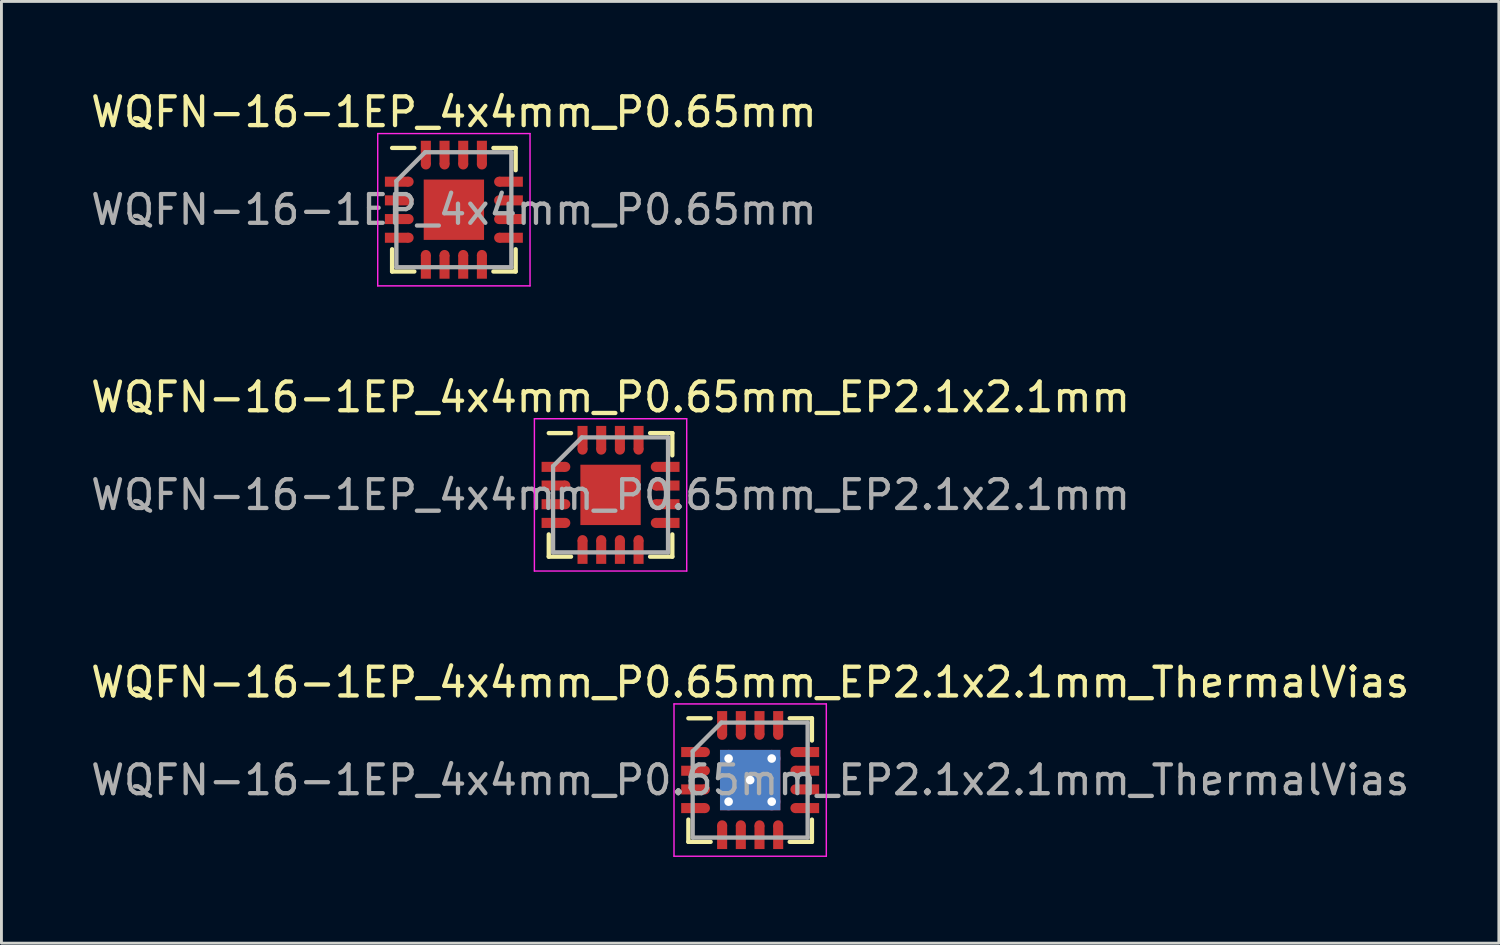
<source format=kicad_pcb>
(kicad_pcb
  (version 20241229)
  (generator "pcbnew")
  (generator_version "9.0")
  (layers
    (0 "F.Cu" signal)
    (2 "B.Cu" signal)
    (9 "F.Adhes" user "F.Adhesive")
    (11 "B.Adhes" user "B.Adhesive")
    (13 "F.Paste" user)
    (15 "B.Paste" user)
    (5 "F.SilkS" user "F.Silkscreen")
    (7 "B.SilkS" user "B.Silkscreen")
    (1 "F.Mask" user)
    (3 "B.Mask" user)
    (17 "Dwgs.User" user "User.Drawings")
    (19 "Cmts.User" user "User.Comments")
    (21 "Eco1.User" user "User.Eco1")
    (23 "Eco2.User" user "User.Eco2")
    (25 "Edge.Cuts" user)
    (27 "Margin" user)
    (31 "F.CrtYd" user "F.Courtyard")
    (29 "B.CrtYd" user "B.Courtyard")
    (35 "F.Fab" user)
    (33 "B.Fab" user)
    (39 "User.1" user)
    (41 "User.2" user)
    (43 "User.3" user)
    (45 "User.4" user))
  (footprint "WQFN-16-1EP_4x4mm_P0.65mm"
    (layer "F.Cu")
    (at 12.744 4.248)
    (property "Reference" "WQFN-16-1EP_4x4mm_P0.65mm" (at 0 -3.4 0) (layer "F.SilkS") (effects (font (size 1 1) (thickness 0.15))))
    (attr smd)
    (fp_line (start -2.15 -2.15) (end -1.375 -2.15) (stroke (width 0.15) (type solid)) (layer "F.SilkS"))
    (fp_line (start -2.15 2.15) (end -2.15 1.375) (stroke (width 0.15) (type solid)) (layer "F.SilkS"))
    (fp_line (start -2.15 2.15) (end -1.375 2.15) (stroke (width 0.15) (type solid)) (layer "F.SilkS"))
    (fp_line (start 2.15 -2.15) (end 1.375 -2.15) (stroke (width 0.15) (type solid)) (layer "F.SilkS"))
    (fp_line (start 2.15 -2.15) (end 2.15 -1.375) (stroke (width 0.15) (type solid)) (layer "F.SilkS"))
    (fp_line (start 2.15 2.15) (end 1.375 2.15) (stroke (width 0.15) (type solid)) (layer "F.SilkS"))
    (fp_line (start 2.15 2.15) (end 2.15 1.375) (stroke (width 0.15) (type solid)) (layer "F.SilkS"))
    (fp_line (start -2.65 -2.65) (end -2.65 2.65) (stroke (width 0.05) (type solid)) (layer "F.CrtYd"))
    (fp_line (start -2.65 -2.65) (end 2.65 -2.65) (stroke (width 0.05) (type solid)) (layer "F.CrtYd"))
    (fp_line (start -2.65 2.65) (end 2.65 2.65) (stroke (width 0.05) (type solid)) (layer "F.CrtYd"))
    (fp_line (start 2.65 -2.65) (end 2.65 2.65) (stroke (width 0.05) (type solid)) (layer "F.CrtYd"))
    (fp_line (start -2 -1) (end -1 -2) (stroke (width 0.15) (type solid)) (layer "F.Fab"))
    (fp_line (start -2 2) (end -2 -1) (stroke (width 0.15) (type solid)) (layer "F.Fab"))
    (fp_line (start -1 -2) (end 2 -2) (stroke (width 0.15) (type solid)) (layer "F.Fab"))
    (fp_line (start 2 -2) (end 2 2) (stroke (width 0.15) (type solid)) (layer "F.Fab"))
    (fp_line (start 2 2) (end -2 2) (stroke (width 0.15) (type solid)) (layer "F.Fab"))
    (fp_text user "${REFERENCE}" (at 0 0 0) (layer "F.Fab") (effects (font (size 1 1) (thickness 0.15))))
    (pad "1" smd rect (at -1.988 -0.975) (size 0.825 0.35) (layers "F.Cu" "F.Mask" "F.Paste"))
    (pad "1" smd circle (at -1.575 -0.975) (size 0.35 0.35) (layers "F.Cu" "F.Mask" "F.Paste"))
    (pad "2" smd rect (at -1.988 -0.325) (size 0.825 0.35) (layers "F.Cu" "F.Mask" "F.Paste"))
    (pad "2" smd circle (at -1.575 -0.325) (size 0.35 0.35) (layers "F.Cu" "F.Mask" "F.Paste"))
    (pad "3" smd rect (at -1.988 0.325) (size 0.825 0.35) (layers "F.Cu" "F.Mask" "F.Paste"))
    (pad "3" smd circle (at -1.575 0.325) (size 0.35 0.35) (layers "F.Cu" "F.Mask" "F.Paste"))
    (pad "4" smd rect (at -1.988 0.975) (size 0.825 0.35) (layers "F.Cu" "F.Mask" "F.Paste"))
    (pad "4" smd circle (at -1.575 0.975) (size 0.35 0.35) (layers "F.Cu" "F.Mask" "F.Paste"))
    (pad "5" smd circle (at -0.975 1.575 90) (size 0.35 0.35) (layers "F.Cu" "F.Mask" "F.Paste"))
    (pad "5" smd rect (at -0.975 1.988 90) (size 0.825 0.35) (layers "F.Cu" "F.Mask" "F.Paste"))
    (pad "6" smd circle (at -0.325 1.575 90) (size 0.35 0.35) (layers "F.Cu" "F.Mask" "F.Paste"))
    (pad "6" smd rect (at -0.325 1.988 90) (size 0.825 0.35) (layers "F.Cu" "F.Mask" "F.Paste"))
    (pad "7" smd circle (at 0.325 1.575 90) (size 0.35 0.35) (layers "F.Cu" "F.Mask" "F.Paste"))
    (pad "7" smd rect (at 0.325 1.988 90) (size 0.825 0.35) (layers "F.Cu" "F.Mask" "F.Paste"))
    (pad "8" smd circle (at 0.975 1.575 90) (size 0.35 0.35) (layers "F.Cu" "F.Mask" "F.Paste"))
    (pad "8" smd rect (at 0.975 1.988 90) (size 0.825 0.35) (layers "F.Cu" "F.Mask" "F.Paste"))
    (pad "9" smd circle (at 1.575 0.975) (size 0.35 0.35) (layers "F.Cu" "F.Mask" "F.Paste"))
    (pad "9" smd rect (at 1.988 0.975) (size 0.825 0.35) (layers "F.Cu" "F.Mask" "F.Paste"))
    (pad "10" smd circle (at 1.575 0.325) (size 0.35 0.35) (layers "F.Cu" "F.Mask" "F.Paste"))
    (pad "10" smd rect (at 1.988 0.325) (size 0.825 0.35) (layers "F.Cu" "F.Mask" "F.Paste"))
    (pad "11" smd circle (at 1.575 -0.325) (size 0.35 0.35) (layers "F.Cu" "F.Mask" "F.Paste"))
    (pad "11" smd rect (at 1.988 -0.325) (size 0.825 0.35) (layers "F.Cu" "F.Mask" "F.Paste"))
    (pad "12" smd circle (at 1.575 -0.975) (size 0.35 0.35) (layers "F.Cu" "F.Mask" "F.Paste"))
    (pad "12" smd rect (at 1.988 -0.975) (size 0.825 0.35) (layers "F.Cu" "F.Mask" "F.Paste"))
    (pad "13" smd rect (at 0.975 -1.988 90) (size 0.825 0.35) (layers "F.Cu" "F.Mask" "F.Paste"))
    (pad "13" smd circle (at 0.975 -1.575 90) (size 0.35 0.35) (layers "F.Cu" "F.Mask" "F.Paste"))
    (pad "14" smd rect (at 0.325 -1.988 90) (size 0.825 0.35) (layers "F.Cu" "F.Mask" "F.Paste"))
    (pad "14" smd circle (at 0.325 -1.575 90) (size 0.35 0.35) (layers "F.Cu" "F.Mask" "F.Paste"))
    (pad "15" smd rect (at -0.325 -1.988 90) (size 0.825 0.35) (layers "F.Cu" "F.Mask" "F.Paste"))
    (pad "15" smd circle (at -0.325 -1.575 90) (size 0.35 0.35) (layers "F.Cu" "F.Mask" "F.Paste"))
    (pad "16" smd rect (at -0.975 -1.988 90) (size 0.825 0.35) (layers "F.Cu" "F.Mask" "F.Paste"))
    (pad "16" smd circle (at -0.975 -1.575 90) (size 0.35 0.35) (layers "F.Cu" "F.Mask" "F.Paste"))
    (pad "17" smd rect (at 0 0) (size 2.1 2.1) (layers "F.Cu" "F.Mask" "F.Paste")))
  (footprint "WQFN-16-1EP_4x4mm_P0.65mm_EP2.1x2.1mm"
    (layer "F.Cu")
    (at 18.196 14.171)
    (property "Reference" "WQFN-16-1EP_4x4mm_P0.65mm_EP2.1x2.1mm" (at 0 -3.4 0) (layer "F.SilkS") (effects (font (size 1 1) (thickness 0.15))))
    (attr smd)
    (fp_line (start -2.15 -2.15) (end -1.375 -2.15) (stroke (width 0.15) (type solid)) (layer "F.SilkS"))
    (fp_line (start -2.15 2.15) (end -2.15 1.375) (stroke (width 0.15) (type solid)) (layer "F.SilkS"))
    (fp_line (start -2.15 2.15) (end -1.375 2.15) (stroke (width 0.15) (type solid)) (layer "F.SilkS"))
    (fp_line (start 2.15 -2.15) (end 1.375 -2.15) (stroke (width 0.15) (type solid)) (layer "F.SilkS"))
    (fp_line (start 2.15 -2.15) (end 2.15 -1.375) (stroke (width 0.15) (type solid)) (layer "F.SilkS"))
    (fp_line (start 2.15 2.15) (end 1.375 2.15) (stroke (width 0.15) (type solid)) (layer "F.SilkS"))
    (fp_line (start 2.15 2.15) (end 2.15 1.375) (stroke (width 0.15) (type solid)) (layer "F.SilkS"))
    (fp_line (start -2.65 -2.65) (end -2.65 2.65) (stroke (width 0.05) (type solid)) (layer "F.CrtYd"))
    (fp_line (start -2.65 -2.65) (end 2.65 -2.65) (stroke (width 0.05) (type solid)) (layer "F.CrtYd"))
    (fp_line (start -2.65 2.65) (end 2.65 2.65) (stroke (width 0.05) (type solid)) (layer "F.CrtYd"))
    (fp_line (start 2.65 -2.65) (end 2.65 2.65) (stroke (width 0.05) (type solid)) (layer "F.CrtYd"))
    (fp_line (start -2 -1) (end -1 -2) (stroke (width 0.15) (type solid)) (layer "F.Fab"))
    (fp_line (start -2 2) (end -2 -1) (stroke (width 0.15) (type solid)) (layer "F.Fab"))
    (fp_line (start -1 -2) (end 2 -2) (stroke (width 0.15) (type solid)) (layer "F.Fab"))
    (fp_line (start 2 -2) (end 2 2) (stroke (width 0.15) (type solid)) (layer "F.Fab"))
    (fp_line (start 2 2) (end -2 2) (stroke (width 0.15) (type solid)) (layer "F.Fab"))
    (fp_text user "${REFERENCE}" (at 0 0 0) (layer "F.Fab") (effects (font (size 1 1) (thickness 0.15))))
    (pad "" smd rect (at -0.525 -0.525) (size 0.85 0.85) (layers "F.Paste"))
    (pad "" smd rect (at -0.525 0.525) (size 0.85 0.85) (layers "F.Paste"))
    (pad "" smd rect (at 0.525 -0.525) (size 0.85 0.85) (layers "F.Paste"))
    (pad "" smd rect (at 0.525 0.525) (size 0.85 0.85) (layers "F.Paste"))
    (pad "1" smd rect (at -1.988 -0.975) (size 0.825 0.35) (layers "F.Cu" "F.Mask" "F.Paste"))
    (pad "1" smd circle (at -1.575 -0.975) (size 0.35 0.35) (layers "F.Cu" "F.Mask" "F.Paste"))
    (pad "2" smd rect (at -1.988 -0.325) (size 0.825 0.35) (layers "F.Cu" "F.Mask" "F.Paste"))
    (pad "2" smd circle (at -1.575 -0.325) (size 0.35 0.35) (layers "F.Cu" "F.Mask" "F.Paste"))
    (pad "3" smd rect (at -1.988 0.325) (size 0.825 0.35) (layers "F.Cu" "F.Mask" "F.Paste"))
    (pad "3" smd circle (at -1.575 0.325) (size 0.35 0.35) (layers "F.Cu" "F.Mask" "F.Paste"))
    (pad "4" smd rect (at -1.988 0.975) (size 0.825 0.35) (layers "F.Cu" "F.Mask" "F.Paste"))
    (pad "4" smd circle (at -1.575 0.975) (size 0.35 0.35) (layers "F.Cu" "F.Mask" "F.Paste"))
    (pad "5" smd circle (at -0.975 1.575 90) (size 0.35 0.35) (layers "F.Cu" "F.Mask" "F.Paste"))
    (pad "5" smd rect (at -0.975 1.988 90) (size 0.825 0.35) (layers "F.Cu" "F.Mask" "F.Paste"))
    (pad "6" smd circle (at -0.325 1.575 90) (size 0.35 0.35) (layers "F.Cu" "F.Mask" "F.Paste"))
    (pad "6" smd rect (at -0.325 1.988 90) (size 0.825 0.35) (layers "F.Cu" "F.Mask" "F.Paste"))
    (pad "7" smd circle (at 0.325 1.575 90) (size 0.35 0.35) (layers "F.Cu" "F.Mask" "F.Paste"))
    (pad "7" smd rect (at 0.325 1.988 90) (size 0.825 0.35) (layers "F.Cu" "F.Mask" "F.Paste"))
    (pad "8" smd circle (at 0.975 1.575 90) (size 0.35 0.35) (layers "F.Cu" "F.Mask" "F.Paste"))
    (pad "8" smd rect (at 0.975 1.988 90) (size 0.825 0.35) (layers "F.Cu" "F.Mask" "F.Paste"))
    (pad "9" smd circle (at 1.575 0.975) (size 0.35 0.35) (layers "F.Cu" "F.Mask" "F.Paste"))
    (pad "9" smd rect (at 1.988 0.975) (size 0.825 0.35) (layers "F.Cu" "F.Mask" "F.Paste"))
    (pad "10" smd circle (at 1.575 0.325) (size 0.35 0.35) (layers "F.Cu" "F.Mask" "F.Paste"))
    (pad "10" smd rect (at 1.988 0.325) (size 0.825 0.35) (layers "F.Cu" "F.Mask" "F.Paste"))
    (pad "11" smd circle (at 1.575 -0.325) (size 0.35 0.35) (layers "F.Cu" "F.Mask" "F.Paste"))
    (pad "11" smd rect (at 1.988 -0.325) (size 0.825 0.35) (layers "F.Cu" "F.Mask" "F.Paste"))
    (pad "12" smd circle (at 1.575 -0.975) (size 0.35 0.35) (layers "F.Cu" "F.Mask" "F.Paste"))
    (pad "12" smd rect (at 1.988 -0.975) (size 0.825 0.35) (layers "F.Cu" "F.Mask" "F.Paste"))
    (pad "13" smd rect (at 0.975 -1.988 90) (size 0.825 0.35) (layers "F.Cu" "F.Mask" "F.Paste"))
    (pad "13" smd circle (at 0.975 -1.575 90) (size 0.35 0.35) (layers "F.Cu" "F.Mask" "F.Paste"))
    (pad "14" smd rect (at 0.325 -1.988 90) (size 0.825 0.35) (layers "F.Cu" "F.Mask" "F.Paste"))
    (pad "14" smd circle (at 0.325 -1.575 90) (size 0.35 0.35) (layers "F.Cu" "F.Mask" "F.Paste"))
    (pad "15" smd rect (at -0.325 -1.988 90) (size 0.825 0.35) (layers "F.Cu" "F.Mask" "F.Paste"))
    (pad "15" smd circle (at -0.325 -1.575 90) (size 0.35 0.35) (layers "F.Cu" "F.Mask" "F.Paste"))
    (pad "16" smd rect (at -0.975 -1.988 90) (size 0.825 0.35) (layers "F.Cu" "F.Mask" "F.Paste"))
    (pad "16" smd circle (at -0.975 -1.575 90) (size 0.35 0.35) (layers "F.Cu" "F.Mask" "F.Paste"))
    (pad "17" smd rect (at 0 0) (size 2.1 2.1) (layers "F.Cu" "F.Mask")))
  (footprint "WQFN-16-1EP_4x4mm_P0.65mm_EP2.1x2.1mm_ThermalVias"
    (layer "F.Cu")
    (at 23.054 24.095)
    (property "Reference" "WQFN-16-1EP_4x4mm_P0.65mm_EP2.1x2.1mm_ThermalVias" (at 0 -3.4 0) (layer "F.SilkS") (effects (font (size 1 1) (thickness 0.15))))
    (attr smd)
    (fp_line (start -2.15 -2.15) (end -1.375 -2.15) (stroke (width 0.15) (type solid)) (layer "F.SilkS"))
    (fp_line (start -2.15 2.15) (end -2.15 1.375) (stroke (width 0.15) (type solid)) (layer "F.SilkS"))
    (fp_line (start -2.15 2.15) (end -1.375 2.15) (stroke (width 0.15) (type solid)) (layer "F.SilkS"))
    (fp_line (start 2.15 -2.15) (end 1.375 -2.15) (stroke (width 0.15) (type solid)) (layer "F.SilkS"))
    (fp_line (start 2.15 -2.15) (end 2.15 -1.375) (stroke (width 0.15) (type solid)) (layer "F.SilkS"))
    (fp_line (start 2.15 2.15) (end 1.375 2.15) (stroke (width 0.15) (type solid)) (layer "F.SilkS"))
    (fp_line (start 2.15 2.15) (end 2.15 1.375) (stroke (width 0.15) (type solid)) (layer "F.SilkS"))
    (fp_line (start -2.65 -2.65) (end -2.65 2.65) (stroke (width 0.05) (type solid)) (layer "F.CrtYd"))
    (fp_line (start -2.65 -2.65) (end 2.65 -2.65) (stroke (width 0.05) (type solid)) (layer "F.CrtYd"))
    (fp_line (start -2.65 2.65) (end 2.65 2.65) (stroke (width 0.05) (type solid)) (layer "F.CrtYd"))
    (fp_line (start 2.65 -2.65) (end 2.65 2.65) (stroke (width 0.05) (type solid)) (layer "F.CrtYd"))
    (fp_line (start -2 -1) (end -1 -2) (stroke (width 0.15) (type solid)) (layer "F.Fab"))
    (fp_line (start -2 2) (end -2 -1) (stroke (width 0.15) (type solid)) (layer "F.Fab"))
    (fp_line (start -1 -2) (end 2 -2) (stroke (width 0.15) (type solid)) (layer "F.Fab"))
    (fp_line (start 2 -2) (end 2 2) (stroke (width 0.15) (type solid)) (layer "F.Fab"))
    (fp_line (start 2 2) (end -2 2) (stroke (width 0.15) (type solid)) (layer "F.Fab"))
    (fp_text user "${REFERENCE}" (at 0 0 0) (layer "F.Fab") (effects (font (size 1 1) (thickness 0.15))))
    (pad "" smd rect (at -0.6 -0.6) (size 0.9 0.9) (layers "F.Paste"))
    (pad "" smd rect (at -0.6 0.6) (size 0.9 0.9) (layers "F.Paste"))
    (pad "" smd rect (at 0.6 -0.6) (size 0.9 0.9) (layers "F.Paste"))
    (pad "" smd rect (at 0.6 0.6) (size 0.9 0.9) (layers "F.Paste"))
    (pad "1" smd rect (at -1.988 -0.975) (size 0.825 0.35) (layers "F.Cu" "F.Mask" "F.Paste"))
    (pad "1" smd circle (at -1.575 -0.975) (size 0.35 0.35) (layers "F.Cu" "F.Mask" "F.Paste"))
    (pad "2" smd rect (at -1.988 -0.325) (size 0.825 0.35) (layers "F.Cu" "F.Mask" "F.Paste"))
    (pad "2" smd circle (at -1.575 -0.325) (size 0.35 0.35) (layers "F.Cu" "F.Mask" "F.Paste"))
    (pad "3" smd rect (at -1.988 0.325) (size 0.825 0.35) (layers "F.Cu" "F.Mask" "F.Paste"))
    (pad "3" smd circle (at -1.575 0.325) (size 0.35 0.35) (layers "F.Cu" "F.Mask" "F.Paste"))
    (pad "4" smd rect (at -1.988 0.975) (size 0.825 0.35) (layers "F.Cu" "F.Mask" "F.Paste"))
    (pad "4" smd circle (at -1.575 0.975) (size 0.35 0.35) (layers "F.Cu" "F.Mask" "F.Paste"))
    (pad "5" smd circle (at -0.975 1.575 90) (size 0.35 0.35) (layers "F.Cu" "F.Mask" "F.Paste"))
    (pad "5" smd rect (at -0.975 1.988 90) (size 0.825 0.35) (layers "F.Cu" "F.Mask" "F.Paste"))
    (pad "6" smd circle (at -0.325 1.575 90) (size 0.35 0.35) (layers "F.Cu" "F.Mask" "F.Paste"))
    (pad "6" smd rect (at -0.325 1.988 90) (size 0.825 0.35) (layers "F.Cu" "F.Mask" "F.Paste"))
    (pad "7" smd circle (at 0.325 1.575 90) (size 0.35 0.35) (layers "F.Cu" "F.Mask" "F.Paste"))
    (pad "7" smd rect (at 0.325 1.988 90) (size 0.825 0.35) (layers "F.Cu" "F.Mask" "F.Paste"))
    (pad "8" smd circle (at 0.975 1.575 90) (size 0.35 0.35) (layers "F.Cu" "F.Mask" "F.Paste"))
    (pad "8" smd rect (at 0.975 1.988 90) (size 0.825 0.35) (layers "F.Cu" "F.Mask" "F.Paste"))
    (pad "9" smd circle (at 1.575 0.975) (size 0.35 0.35) (layers "F.Cu" "F.Mask" "F.Paste"))
    (pad "9" smd rect (at 1.988 0.975) (size 0.825 0.35) (layers "F.Cu" "F.Mask" "F.Paste"))
    (pad "10" smd circle (at 1.575 0.325) (size 0.35 0.35) (layers "F.Cu" "F.Mask" "F.Paste"))
    (pad "10" smd rect (at 1.988 0.325) (size 0.825 0.35) (layers "F.Cu" "F.Mask" "F.Paste"))
    (pad "11" smd circle (at 1.575 -0.325) (size 0.35 0.35) (layers "F.Cu" "F.Mask" "F.Paste"))
    (pad "11" smd rect (at 1.988 -0.325) (size 0.825 0.35) (layers "F.Cu" "F.Mask" "F.Paste"))
    (pad "12" smd circle (at 1.575 -0.975) (size 0.35 0.35) (layers "F.Cu" "F.Mask" "F.Paste"))
    (pad "12" smd rect (at 1.988 -0.975) (size 0.825 0.35) (layers "F.Cu" "F.Mask" "F.Paste"))
    (pad "13" smd rect (at 0.975 -1.988 90) (size 0.825 0.35) (layers "F.Cu" "F.Mask" "F.Paste"))
    (pad "13" smd circle (at 0.975 -1.575 90) (size 0.35 0.35) (layers "F.Cu" "F.Mask" "F.Paste"))
    (pad "14" smd rect (at 0.325 -1.988 90) (size 0.825 0.35) (layers "F.Cu" "F.Mask" "F.Paste"))
    (pad "14" smd circle (at 0.325 -1.575 90) (size 0.35 0.35) (layers "F.Cu" "F.Mask" "F.Paste"))
    (pad "15" smd rect (at -0.325 -1.988 90) (size 0.825 0.35) (layers "F.Cu" "F.Mask" "F.Paste"))
    (pad "15" smd circle (at -0.325 -1.575 90) (size 0.35 0.35) (layers "F.Cu" "F.Mask" "F.Paste"))
    (pad "16" smd rect (at -0.975 -1.988 90) (size 0.825 0.35) (layers "F.Cu" "F.Mask" "F.Paste"))
    (pad "16" smd circle (at -0.975 -1.575 90) (size 0.35 0.35) (layers "F.Cu" "F.Mask" "F.Paste"))
    (pad "17" thru_hole circle (at -0.75 -0.75) (size 0.6 0.6) (drill 0.3) (layers "*.Cu"))
    (pad "17" thru_hole circle (at -0.75 0.75) (size 0.6 0.6) (drill 0.3) (layers "*.Cu"))
    (pad "17" thru_hole circle (at 0 0) (size 0.6 0.6) (drill 0.3) (layers "*.Cu"))
    (pad "17" smd rect (at 0 0) (size 2.1 2.1) (layers "F.Cu" "F.Mask"))
    (pad "17" smd rect (at 0 0) (size 2.1 2.1) (layers "B.Cu"))
    (pad "17" thru_hole circle (at 0.75 -0.75) (size 0.6 0.6) (drill 0.3) (layers "*.Cu"))
    (pad "17" thru_hole circle (at 0.75 0.75) (size 0.6 0.6) (drill 0.3) (layers "*.Cu")))
  (gr_rect
    (start -3 -3)
    (end 49.107 29.77)
    (stroke (width 0.1) (type default))
    (fill no)
    (layer "Edge.Cuts")))
</source>
